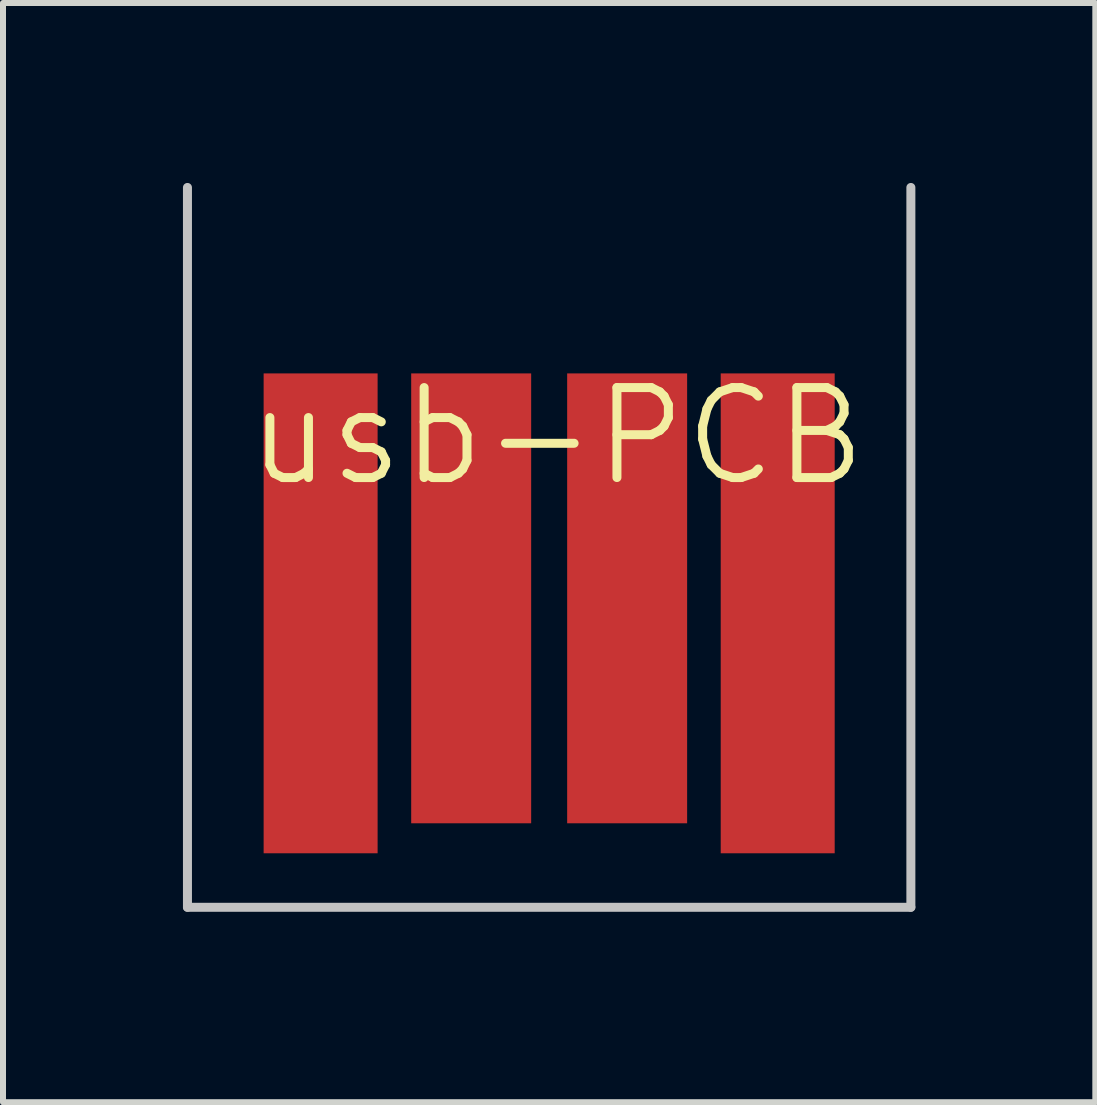
<source format=kicad_pcb>
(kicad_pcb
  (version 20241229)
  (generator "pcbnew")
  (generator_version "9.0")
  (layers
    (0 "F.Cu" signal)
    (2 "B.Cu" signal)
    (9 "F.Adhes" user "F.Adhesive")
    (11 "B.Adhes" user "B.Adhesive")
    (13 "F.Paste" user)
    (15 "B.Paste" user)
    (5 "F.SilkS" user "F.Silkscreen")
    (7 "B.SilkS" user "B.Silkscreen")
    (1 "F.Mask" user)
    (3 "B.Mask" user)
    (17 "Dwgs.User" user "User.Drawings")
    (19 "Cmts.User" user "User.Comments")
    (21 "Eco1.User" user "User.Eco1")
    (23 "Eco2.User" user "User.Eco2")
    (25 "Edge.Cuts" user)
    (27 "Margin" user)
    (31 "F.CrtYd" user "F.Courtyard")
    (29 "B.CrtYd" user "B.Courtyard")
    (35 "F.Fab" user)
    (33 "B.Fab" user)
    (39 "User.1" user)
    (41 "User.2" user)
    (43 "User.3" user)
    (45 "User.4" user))
  (footprint "usb-PCB"
    (layer "F.Cu")
    (at 6.105 12.075)
    (property "Reference" "usb-PCB" (at 0.13 -7.85 0) (layer "F.SilkS") (effects (font (size 1.5 1.5) (thickness 0.15))))
    (attr exclude_from_pos_files exclude_from_bom)
    (fp_line (start -6.03 0) (end -6.03 -12) (stroke (width 0.15) (type solid)) (layer "Dwgs.User"))
    (fp_line (start 6.03 0) (end -6.03 0) (stroke (width 0.15) (type solid)) (layer "Dwgs.User"))
    (fp_line (start 6.03 0) (end 6.03 -12) (stroke (width 0.15) (type solid)) (layer "Dwgs.User"))
    (pad "1" connect rect (at 3.81 -4.9) (size 1.9 8) (layers "F.Cu" "F.Mask"))
    (pad "2" connect rect (at 1.3 -5.15) (size 2 7.5) (layers "F.Cu" "F.Mask"))
    (pad "3" connect rect (at -1.3 -5.15) (size 2 7.5) (layers "F.Cu" "F.Mask"))
    (pad "4" connect rect (at -3.81 -4.9) (size 1.9 8) (layers "F.Cu" "F.Mask")))
  (gr_rect
    (start -3 -3)
    (end 15.21 15.325)
    (stroke (width 0.1) (type default))
    (fill no)
    (layer "Edge.Cuts")))
</source>
